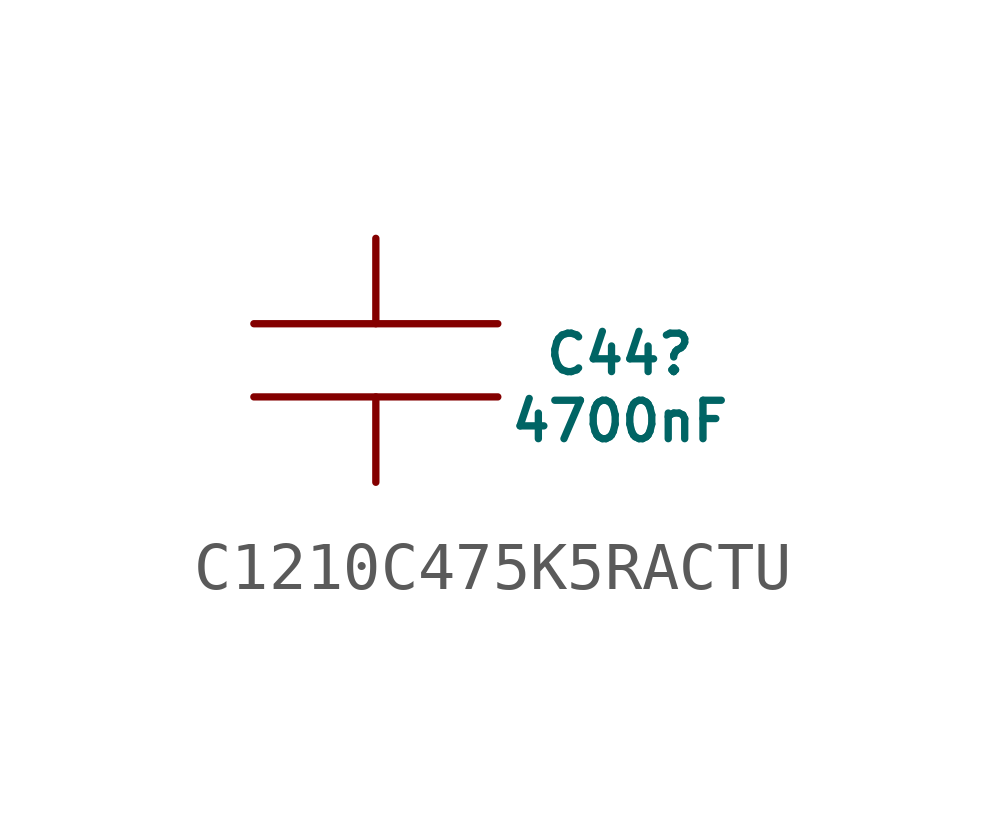
<source format=kicad_sym>
(kicad_symbol_lib
  (version 20220914)
  (generator kicad_symbol_editor)
  (symbol "C1210C475K5RACTU"
    (pin_numbers hide)
    (pin_names
      (offset 1.016) hide)
    (property "Reference" "C44"
      (at 5.08 -2.413 0)
      (do_not_autoplace)
      (effects (font (size 0.8 0.8))))
    (property "Value" "4700nF"
      (at 5.08 -3.81 0)
      (do_not_autoplace)
      (effects (font (size 0.8 0.8))))
    (symbol "C1210C475K5RACTU_1_1"
      (polyline (pts (xy 2.54 -3.302) (xy -2.54 -3.302)) (stroke (width 0) (type solid)) (fill (type none)))
      (polyline (pts (xy 2.54 -1.778) (xy -2.54 -1.778)) (stroke (width 0) (type solid)) (fill (type none)))
      (pin passive line (at 0 0 270) (length 1.778) (name "1" (effects (font (size 0 0)))) (number "1" (effects (font (size 1.016 1.016)))))
      (pin passive line (at 0 -5.08 90) (length 1.778) (name "2" (effects (font (size 0 0)))) (number "2" (effects (font (size 1.016 1.016))))))))
</source>
